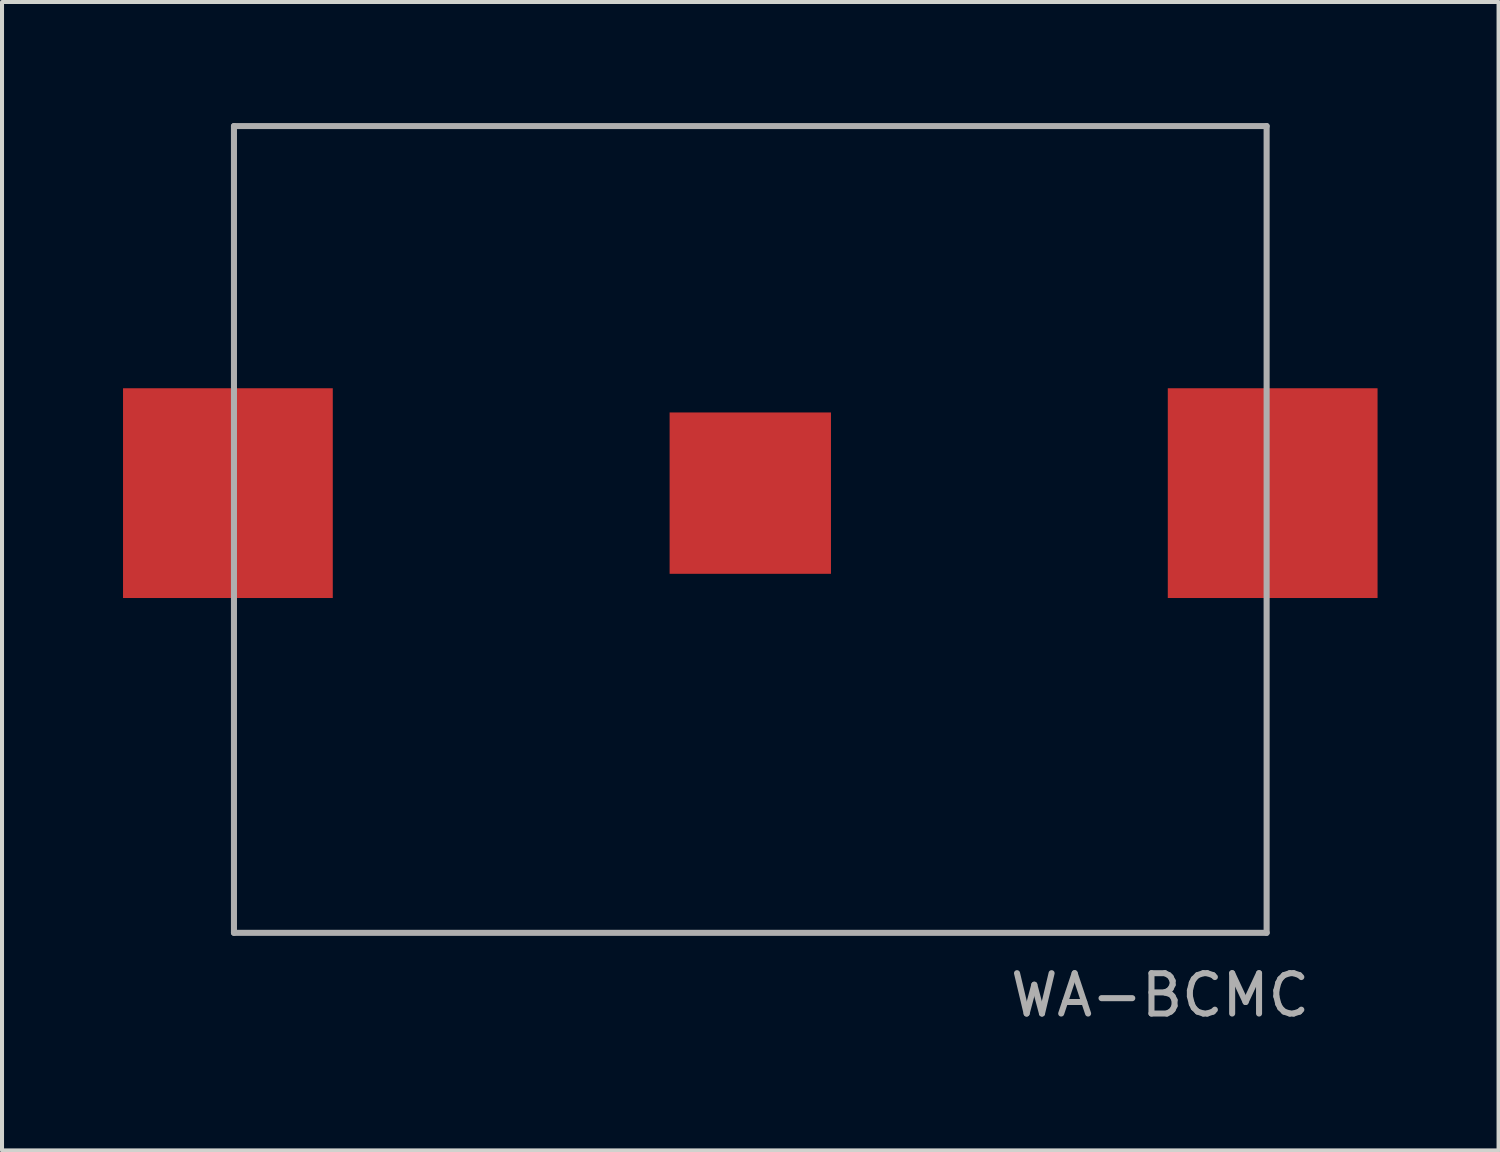
<source format=kicad_pcb>
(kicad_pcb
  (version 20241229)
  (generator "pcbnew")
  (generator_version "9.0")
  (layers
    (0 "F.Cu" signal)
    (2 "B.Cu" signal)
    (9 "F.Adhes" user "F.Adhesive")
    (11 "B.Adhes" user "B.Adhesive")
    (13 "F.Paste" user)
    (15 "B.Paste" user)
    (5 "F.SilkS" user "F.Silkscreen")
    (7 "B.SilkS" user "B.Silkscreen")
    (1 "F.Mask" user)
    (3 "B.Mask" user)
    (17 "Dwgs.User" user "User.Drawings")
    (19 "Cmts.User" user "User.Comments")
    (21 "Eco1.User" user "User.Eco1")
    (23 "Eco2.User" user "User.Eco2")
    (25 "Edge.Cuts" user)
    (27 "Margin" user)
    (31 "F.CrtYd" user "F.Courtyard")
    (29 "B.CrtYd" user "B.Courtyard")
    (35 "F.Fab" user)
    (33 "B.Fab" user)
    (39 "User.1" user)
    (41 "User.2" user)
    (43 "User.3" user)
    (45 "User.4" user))
  (footprint "WA-BCMC"
    (layer "F.Cu")
    (at 15.55 9.175)
    (property "Reference" "WA-BCMC" (at 10.16 12.446 0) (layer "F.Fab") (effects (font (size 1 1) (thickness 0.15))))
    (attr through_hole)
    (fp_line (start -12.8 -9.1) (end 12.8 -9.1) (stroke (width 0.15) (type solid)) (layer "F.Fab"))
    (fp_line (start -12.8 10.9) (end -12.8 -9.1) (stroke (width 0.15) (type solid)) (layer "F.Fab"))
    (fp_line (start 12.8 -9.1) (end 12.8 10.9) (stroke (width 0.15) (type solid)) (layer "F.Fab"))
    (fp_line (start 12.8 10.9) (end -12.8 10.9) (stroke (width 0.15) (type solid)) (layer "F.Fab"))
    (pad "1" smd rect (at -12.95 0) (size 5.2 5.2) (layers "F.Cu" "F.Mask" "F.Paste"))
    (pad "1" smd rect (at 12.95 0) (size 5.2 5.2) (layers "F.Cu" "F.Mask" "F.Paste"))
    (pad "2" smd rect (at 0 0) (size 4 4) (layers "F.Cu" "F.Mask" "F.Paste")))
  (gr_rect
    (start -3 -3)
    (end 34.1 25.469)
    (stroke (width 0.1) (type default))
    (fill no)
    (layer "Edge.Cuts")))
</source>
